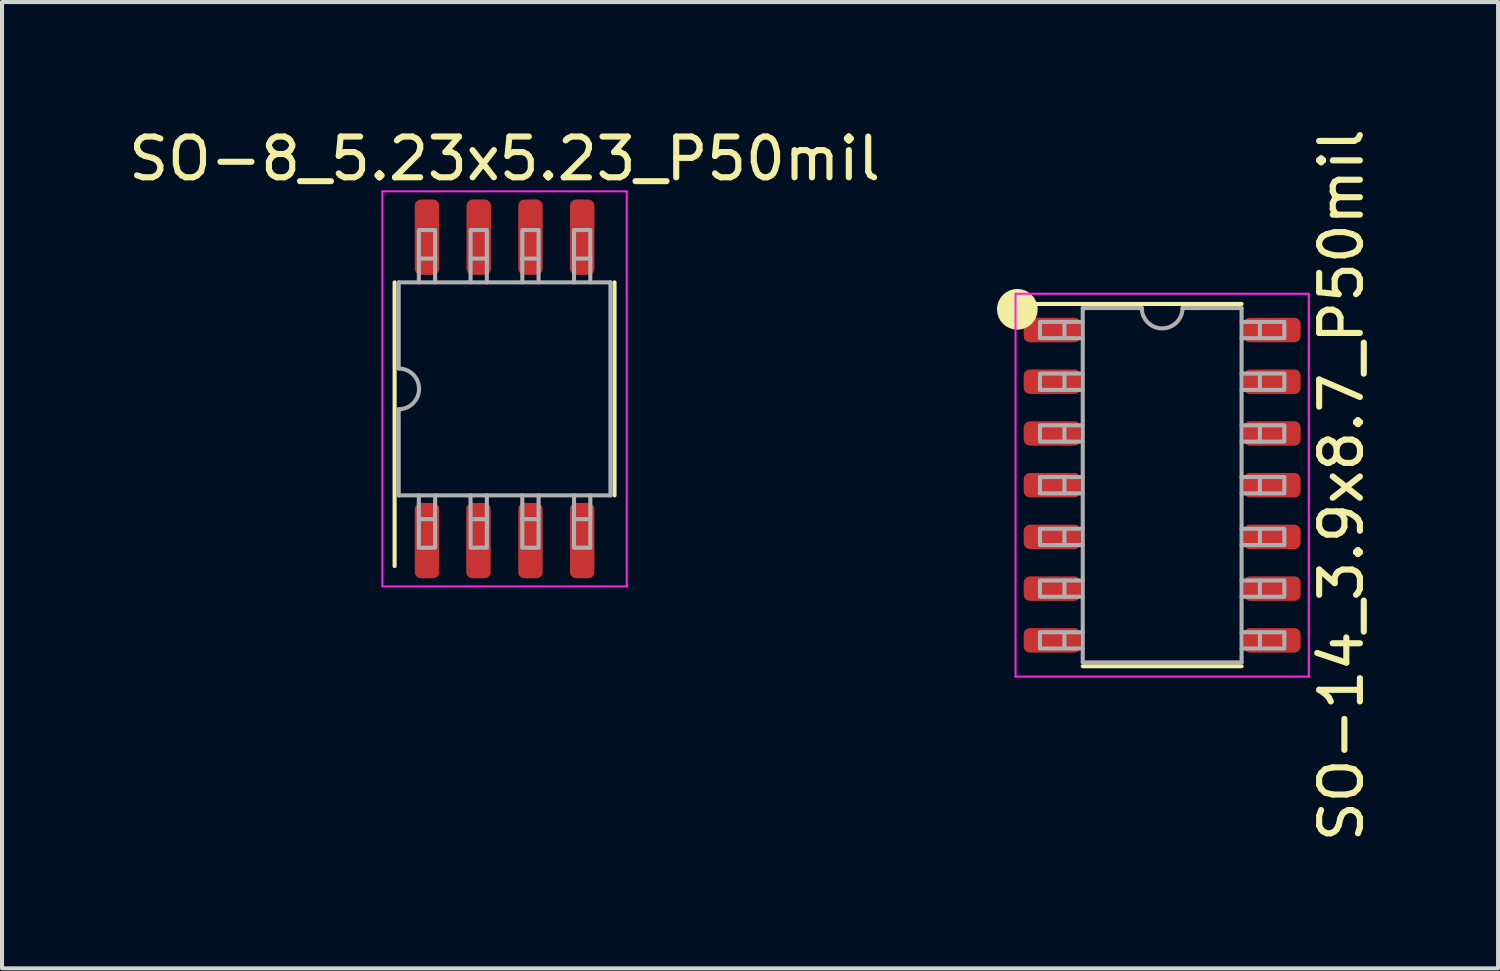
<source format=kicad_pcb>
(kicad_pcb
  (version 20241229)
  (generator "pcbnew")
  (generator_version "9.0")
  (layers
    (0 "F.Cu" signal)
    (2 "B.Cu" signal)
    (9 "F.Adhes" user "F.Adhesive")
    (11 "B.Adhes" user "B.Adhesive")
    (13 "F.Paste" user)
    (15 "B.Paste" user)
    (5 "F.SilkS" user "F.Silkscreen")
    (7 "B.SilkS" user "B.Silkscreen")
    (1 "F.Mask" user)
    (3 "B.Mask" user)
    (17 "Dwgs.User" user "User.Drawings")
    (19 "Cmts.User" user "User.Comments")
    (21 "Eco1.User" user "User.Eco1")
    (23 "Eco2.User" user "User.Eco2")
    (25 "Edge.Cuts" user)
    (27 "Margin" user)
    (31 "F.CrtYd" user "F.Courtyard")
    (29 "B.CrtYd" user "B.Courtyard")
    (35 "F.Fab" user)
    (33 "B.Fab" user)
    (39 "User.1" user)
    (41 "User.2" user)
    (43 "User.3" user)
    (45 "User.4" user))
  (footprint "SO-14_3.9x8.7_P50mil"
    (layer "F.Cu")
    (at 25.485 8.863)
    (property "Reference" "SO-14_3.9x8.7_P50mil" (at 4.4 0 270) (layer "F.SilkS") (effects (font (size 1 1) (thickness 0.15))))
    (attr smd)
    (fp_line (start -3.35 -4.45) (end 1.95 -4.45) (stroke (width 0.1) (type solid)) (layer "F.SilkS"))
    (fp_line (start -1.95 4.445) (end 1.95 4.445) (stroke (width 0.1) (type solid)) (layer "F.SilkS"))
    (fp_circle (center -3.556 -4.318) (end -3.556 -4.318) (stroke (width 0.5) (type solid)) (fill no) (layer "F.SilkS"))
    (fp_line (start -3.6 -4.7) (end -3.6 4.7) (stroke (width 0.05) (type solid)) (layer "F.CrtYd"))
    (fp_line (start -3.6 4.7) (end 3.6 4.7) (stroke (width 0.05) (type solid)) (layer "F.CrtYd"))
    (fp_line (start 3.6 -4.7) (end -3.6 -4.7) (stroke (width 0.05) (type solid)) (layer "F.CrtYd"))
    (fp_line (start 3.6 4.7) (end 3.6 -4.7) (stroke (width 0.05) (type solid)) (layer "F.CrtYd"))
    (fp_line (start -2.4 -4.01) (end -1.95 -4.01) (stroke (width 0.1) (type solid)) (layer "F.Fab"))
    (fp_line (start -2.4 -3.61) (end -1.95 -3.61) (stroke (width 0.1) (type solid)) (layer "F.Fab"))
    (fp_line (start -2.4 -2.74) (end -1.95 -2.74) (stroke (width 0.1) (type solid)) (layer "F.Fab"))
    (fp_line (start -2.4 -2.34) (end -1.95 -2.34) (stroke (width 0.1) (type solid)) (layer "F.Fab"))
    (fp_line (start -2.4 -1.47) (end -1.95 -1.47) (stroke (width 0.1) (type solid)) (layer "F.Fab"))
    (fp_line (start -2.4 -1.07) (end -1.95 -1.07) (stroke (width 0.1) (type solid)) (layer "F.Fab"))
    (fp_line (start -2.4 -0.2) (end -1.95 -0.2) (stroke (width 0.1) (type solid)) (layer "F.Fab"))
    (fp_line (start -2.4 0.2) (end -1.95 0.2) (stroke (width 0.1) (type solid)) (layer "F.Fab"))
    (fp_line (start -2.4 1.07) (end -1.95 1.07) (stroke (width 0.1) (type solid)) (layer "F.Fab"))
    (fp_line (start -2.4 1.47) (end -1.95 1.47) (stroke (width 0.1) (type solid)) (layer "F.Fab"))
    (fp_line (start -2.4 2.34) (end -1.95 2.34) (stroke (width 0.1) (type solid)) (layer "F.Fab"))
    (fp_line (start -2.4 2.74) (end -1.95 2.74) (stroke (width 0.1) (type solid)) (layer "F.Fab"))
    (fp_line (start -2.4 3.61) (end -1.95 3.61) (stroke (width 0.1) (type solid)) (layer "F.Fab"))
    (fp_line (start -2.4 4.01) (end -1.95 4.01) (stroke (width 0.1) (type solid)) (layer "F.Fab"))
    (fp_line (start -1.95 -4.35) (end -0.5 -4.35) (stroke (width 0.1) (type solid)) (layer "F.Fab"))
    (fp_line (start -1.95 4.35) (end -1.95 -4.35) (stroke (width 0.1) (type solid)) (layer "F.Fab"))
    (fp_line (start 1.95 -4.35) (end 0.5 -4.35) (stroke (width 0.1) (type solid)) (layer "F.Fab"))
    (fp_line (start 1.95 -4.35) (end 1.95 4.35) (stroke (width 0.1) (type solid)) (layer "F.Fab"))
    (fp_line (start 1.95 4.35) (end -1.95 4.35) (stroke (width 0.1) (type solid)) (layer "F.Fab"))
    (fp_line (start 2.4 -4.01) (end 1.95 -4.01) (stroke (width 0.1) (type solid)) (layer "F.Fab"))
    (fp_line (start 2.4 -3.61) (end 1.95 -3.61) (stroke (width 0.1) (type solid)) (layer "F.Fab"))
    (fp_line (start 2.4 -2.74) (end 1.95 -2.74) (stroke (width 0.1) (type solid)) (layer "F.Fab"))
    (fp_line (start 2.4 -2.34) (end 1.95 -2.34) (stroke (width 0.1) (type solid)) (layer "F.Fab"))
    (fp_line (start 2.4 -1.47) (end 1.95 -1.47) (stroke (width 0.1) (type solid)) (layer "F.Fab"))
    (fp_line (start 2.4 -1.07) (end 1.95 -1.07) (stroke (width 0.1) (type solid)) (layer "F.Fab"))
    (fp_line (start 2.4 -0.2) (end 1.95 -0.2) (stroke (width 0.1) (type solid)) (layer "F.Fab"))
    (fp_line (start 2.4 0.2) (end 1.95 0.2) (stroke (width 0.1) (type solid)) (layer "F.Fab"))
    (fp_line (start 2.4 1.07) (end 1.95 1.07) (stroke (width 0.1) (type solid)) (layer "F.Fab"))
    (fp_line (start 2.4 1.47) (end 1.95 1.47) (stroke (width 0.1) (type solid)) (layer "F.Fab"))
    (fp_line (start 2.4 2.34) (end 1.95 2.34) (stroke (width 0.1) (type solid)) (layer "F.Fab"))
    (fp_line (start 2.4 2.74) (end 1.95 2.74) (stroke (width 0.1) (type solid)) (layer "F.Fab"))
    (fp_line (start 2.4 3.61) (end 1.95 3.61) (stroke (width 0.1) (type solid)) (layer "F.Fab"))
    (fp_line (start 2.4 4.01) (end 1.95 4.01) (stroke (width 0.1) (type solid)) (layer "F.Fab"))
    (fp_arc (start 0.5 -4.35) (mid 0 -3.85) (end -0.5 -4.35) (stroke (width 0.1) (type solid)) (layer "F.Fab"))
    (fp_poly (pts (xy -2.4 -3.61) (xy -3 -3.61) (xy -3 -4.01) (xy -2.4 -4.01)) (stroke (width 0.1) (type solid)) (fill no) (layer "F.Fab"))
    (fp_poly (pts (xy -2.4 -2.34) (xy -3 -2.34) (xy -3 -2.74) (xy -2.4 -2.74)) (stroke (width 0.1) (type solid)) (fill no) (layer "F.Fab"))
    (fp_poly (pts (xy -2.4 -1.07) (xy -3 -1.07) (xy -3 -1.47) (xy -2.4 -1.47)) (stroke (width 0.1) (type solid)) (fill no) (layer "F.Fab"))
    (fp_poly (pts (xy -2.4 0.2) (xy -3 0.2) (xy -3 -0.2) (xy -2.4 -0.2)) (stroke (width 0.1) (type solid)) (fill no) (layer "F.Fab"))
    (fp_poly (pts (xy -2.4 1.47) (xy -3 1.47) (xy -3 1.07) (xy -2.4 1.07)) (stroke (width 0.1) (type solid)) (fill no) (layer "F.Fab"))
    (fp_poly (pts (xy -2.4 2.74) (xy -3 2.74) (xy -3 2.34) (xy -2.4 2.34)) (stroke (width 0.1) (type solid)) (fill no) (layer "F.Fab"))
    (fp_poly (pts (xy -2.4 4.01) (xy -3 4.01) (xy -3 3.61) (xy -2.4 3.61)) (stroke (width 0.1) (type solid)) (fill no) (layer "F.Fab"))
    (fp_poly (pts (xy 2.4 -4.01) (xy 3 -4.01) (xy 3 -3.61) (xy 2.4 -3.61)) (stroke (width 0.1) (type solid)) (fill no) (layer "F.Fab"))
    (fp_poly (pts (xy 2.4 -2.74) (xy 3 -2.74) (xy 3 -2.34) (xy 2.4 -2.34)) (stroke (width 0.1) (type solid)) (fill no) (layer "F.Fab"))
    (fp_poly (pts (xy 2.4 -1.47) (xy 3 -1.47) (xy 3 -1.07) (xy 2.4 -1.07)) (stroke (width 0.1) (type solid)) (fill no) (layer "F.Fab"))
    (fp_poly (pts (xy 2.4 -0.2) (xy 3 -0.2) (xy 3 0.2) (xy 2.4 0.2)) (stroke (width 0.1) (type solid)) (fill no) (layer "F.Fab"))
    (fp_poly (pts (xy 2.4 1.07) (xy 3 1.07) (xy 3 1.47) (xy 2.4 1.47)) (stroke (width 0.1) (type solid)) (fill no) (layer "F.Fab"))
    (fp_poly (pts (xy 2.4 2.34) (xy 3 2.34) (xy 3 2.74) (xy 2.4 2.74)) (stroke (width 0.1) (type solid)) (fill no) (layer "F.Fab"))
    (fp_poly (pts (xy 2.4 3.61) (xy 3 3.61) (xy 3 4.01) (xy 2.4 4.01)) (stroke (width 0.1) (type solid)) (fill no) (layer "F.Fab"))
    (pad "1" smd roundrect (at -2.7 -3.81) (size 1.4 0.6) (layers "F.Cu" "F.Mask" "F.Paste") (roundrect_rratio 0.25))
    (pad "2" smd roundrect (at -2.7 -2.54) (size 1.4 0.6) (layers "F.Cu" "F.Mask" "F.Paste") (roundrect_rratio 0.25))
    (pad "3" smd roundrect (at -2.7 -1.27) (size 1.4 0.6) (layers "F.Cu" "F.Mask" "F.Paste") (roundrect_rratio 0.25))
    (pad "4" smd roundrect (at -2.7 0) (size 1.4 0.6) (layers "F.Cu" "F.Mask" "F.Paste") (roundrect_rratio 0.25))
    (pad "5" smd roundrect (at -2.7 1.27) (size 1.4 0.6) (layers "F.Cu" "F.Mask" "F.Paste") (roundrect_rratio 0.25))
    (pad "6" smd roundrect (at -2.7 2.54) (size 1.4 0.6) (layers "F.Cu" "F.Mask" "F.Paste") (roundrect_rratio 0.25))
    (pad "7" smd roundrect (at -2.7 3.81) (size 1.4 0.6) (layers "F.Cu" "F.Mask" "F.Paste") (roundrect_rratio 0.25))
    (pad "8" smd roundrect (at 2.7 3.81) (size 1.4 0.6) (layers "F.Cu" "F.Mask" "F.Paste") (roundrect_rratio 0.25))
    (pad "9" smd roundrect (at 2.7 2.54) (size 1.4 0.6) (layers "F.Cu" "F.Mask" "F.Paste") (roundrect_rratio 0.25))
    (pad "10" smd roundrect (at 2.7 1.27) (size 1.4 0.6) (layers "F.Cu" "F.Mask" "F.Paste") (roundrect_rratio 0.25))
    (pad "11" smd roundrect (at 2.7 0) (size 1.4 0.6) (layers "F.Cu" "F.Mask" "F.Paste") (roundrect_rratio 0.25))
    (pad "12" smd roundrect (at 2.7 -1.27) (size 1.4 0.6) (layers "F.Cu" "F.Mask" "F.Paste") (roundrect_rratio 0.25))
    (pad "13" smd roundrect (at 2.7 -2.54) (size 1.4 0.6) (layers "F.Cu" "F.Mask" "F.Paste") (roundrect_rratio 0.25))
    (pad "14" smd roundrect (at 2.7 -3.81) (size 1.4 0.6) (layers "F.Cu" "F.Mask" "F.Paste") (roundrect_rratio 0.25)))
  (footprint "SO-8_5.23x5.23_P50mil"
    (layer "F.Cu")
    (at 9.339 6.498)
    (property "Reference" "SO-8_5.23x5.23_P50mil" (at 0 -5.65 0) (layer "F.SilkS") (effects (font (size 1 1) (thickness 0.15))))
    (attr smd)
    (fp_line (start -2.7 4.35) (end -2.7 -2.615) (stroke (width 0.1) (type solid)) (layer "F.SilkS"))
    (fp_line (start 2.7 2.615) (end 2.7 -2.615) (stroke (width 0.1) (type solid)) (layer "F.SilkS"))
    (fp_line (start -3 -4.85) (end -3 4.85) (stroke (width 0.05) (type solid)) (layer "F.CrtYd"))
    (fp_line (start -3 4.85) (end 3 4.85) (stroke (width 0.05) (type solid)) (layer "F.CrtYd"))
    (fp_line (start 3 -4.85) (end -3 -4.85) (stroke (width 0.05) (type solid)) (layer "F.CrtYd"))
    (fp_line (start 3 4.85) (end 3 -4.85) (stroke (width 0.05) (type solid)) (layer "F.CrtYd"))
    (fp_line (start -2.6 -2.615) (end -2.6 -0.5) (stroke (width 0.1) (type solid)) (layer "F.Fab"))
    (fp_line (start -2.6 -2.615) (end 2.6 -2.615) (stroke (width 0.1) (type solid)) (layer "F.Fab"))
    (fp_line (start -2.6 2.615) (end -2.6 0.5) (stroke (width 0.1) (type solid)) (layer "F.Fab"))
    (fp_line (start -2.6 2.615) (end 2.6 2.615) (stroke (width 0.1) (type solid)) (layer "F.Fab"))
    (fp_line (start -2.105 -3.2) (end -2.105 -2.615) (stroke (width 0.1) (type solid)) (layer "F.Fab"))
    (fp_line (start -2.105 3.2) (end -2.105 2.615) (stroke (width 0.1) (type solid)) (layer "F.Fab"))
    (fp_line (start -1.705 -3.2) (end -1.705 -2.615) (stroke (width 0.1) (type solid)) (layer "F.Fab"))
    (fp_line (start -1.705 3.2) (end -1.705 2.615) (stroke (width 0.1) (type solid)) (layer "F.Fab"))
    (fp_line (start -0.835 -3.2) (end -0.835 -2.615) (stroke (width 0.1) (type solid)) (layer "F.Fab"))
    (fp_line (start -0.835 3.2) (end -0.835 2.615) (stroke (width 0.1) (type solid)) (layer "F.Fab"))
    (fp_line (start -0.435 -3.2) (end -0.435 -2.615) (stroke (width 0.1) (type solid)) (layer "F.Fab"))
    (fp_line (start -0.435 3.2) (end -0.435 2.615) (stroke (width 0.1) (type solid)) (layer "F.Fab"))
    (fp_line (start 0.435 -3.2) (end 0.435 -2.615) (stroke (width 0.1) (type solid)) (layer "F.Fab"))
    (fp_line (start 0.435 3.2) (end 0.435 2.615) (stroke (width 0.1) (type solid)) (layer "F.Fab"))
    (fp_line (start 0.835 -3.2) (end 0.835 -2.615) (stroke (width 0.1) (type solid)) (layer "F.Fab"))
    (fp_line (start 0.835 3.2) (end 0.835 2.615) (stroke (width 0.1) (type solid)) (layer "F.Fab"))
    (fp_line (start 1.705 -3.2) (end 1.705 -2.615) (stroke (width 0.1) (type solid)) (layer "F.Fab"))
    (fp_line (start 1.705 3.2) (end 1.705 2.615) (stroke (width 0.1) (type solid)) (layer "F.Fab"))
    (fp_line (start 2.105 -3.2) (end 2.105 -2.615) (stroke (width 0.1) (type solid)) (layer "F.Fab"))
    (fp_line (start 2.105 3.2) (end 2.105 2.615) (stroke (width 0.1) (type solid)) (layer "F.Fab"))
    (fp_line (start 2.6 2.615) (end 2.6 -2.615) (stroke (width 0.1) (type solid)) (layer "F.Fab"))
    (fp_arc (start -2.6 -0.5) (mid -2.1 0) (end -2.6 0.5) (stroke (width 0.1) (type solid)) (layer "F.Fab"))
    (fp_poly (pts (xy -2.105 -3.2) (xy -2.105 -3.9) (xy -1.705 -3.9) (xy -1.705 -3.2)) (stroke (width 0.1) (type solid)) (fill no) (layer "F.Fab"))
    (fp_poly (pts (xy -1.705 3.2) (xy -1.705 3.9) (xy -2.105 3.9) (xy -2.105 3.2)) (stroke (width 0.1) (type solid)) (fill no) (layer "F.Fab"))
    (fp_poly (pts (xy -0.835 -3.2) (xy -0.835 -3.9) (xy -0.435 -3.9) (xy -0.435 -3.2)) (stroke (width 0.1) (type solid)) (fill no) (layer "F.Fab"))
    (fp_poly (pts (xy -0.435 3.2) (xy -0.435 3.9) (xy -0.835 3.9) (xy -0.835 3.2)) (stroke (width 0.1) (type solid)) (fill no) (layer "F.Fab"))
    (fp_poly (pts (xy 0.435 -3.2) (xy 0.435 -3.9) (xy 0.835 -3.9) (xy 0.835 -3.2)) (stroke (width 0.1) (type solid)) (fill no) (layer "F.Fab"))
    (fp_poly (pts (xy 0.835 3.2) (xy 0.835 3.9) (xy 0.435 3.9) (xy 0.435 3.2)) (stroke (width 0.1) (type solid)) (fill no) (layer "F.Fab"))
    (fp_poly (pts (xy 1.705 -3.2) (xy 1.705 -3.9) (xy 2.105 -3.9) (xy 2.105 -3.2)) (stroke (width 0.1) (type solid)) (fill no) (layer "F.Fab"))
    (fp_poly (pts (xy 2.105 3.2) (xy 2.105 3.9) (xy 1.705 3.9) (xy 1.705 3.2)) (stroke (width 0.1) (type solid)) (fill no) (layer "F.Fab"))
    (pad "1" smd roundrect (at -1.905 3.725 90) (size 1.85 0.6) (layers "F.Cu" "F.Mask" "F.Paste") (roundrect_rratio 0.25))
    (pad "2" smd roundrect (at -0.642 3.725 90) (size 1.85 0.6) (layers "F.Cu" "F.Mask" "F.Paste") (roundrect_rratio 0.25))
    (pad "3" smd roundrect (at 0.635 3.725 90) (size 1.85 0.6) (layers "F.Cu" "F.Mask" "F.Paste") (roundrect_rratio 0.25))
    (pad "4" smd roundrect (at 1.905 3.725 90) (size 1.85 0.6) (layers "F.Cu" "F.Mask" "F.Paste") (roundrect_rratio 0.25))
    (pad "5" smd roundrect (at 1.905 -3.725 90) (size 1.85 0.6) (layers "F.Cu" "F.Mask" "F.Paste") (roundrect_rratio 0.25))
    (pad "6" smd roundrect (at 0.635 -3.725 90) (size 1.85 0.6) (layers "F.Cu" "F.Mask" "F.Paste") (roundrect_rratio 0.25))
    (pad "7" smd roundrect (at -0.635 -3.725 90) (size 1.85 0.6) (layers "F.Cu" "F.Mask" "F.Paste") (roundrect_rratio 0.25))
    (pad "8" smd roundrect (at -1.905 -3.725 90) (size 1.85 0.6) (layers "F.Cu" "F.Mask" "F.Paste") (roundrect_rratio 0.25)))
  (gr_rect
    (start -3 -3)
    (end 33.733 20.726)
    (stroke (width 0.1) (type default))
    (fill no)
    (layer "Edge.Cuts")))
</source>
